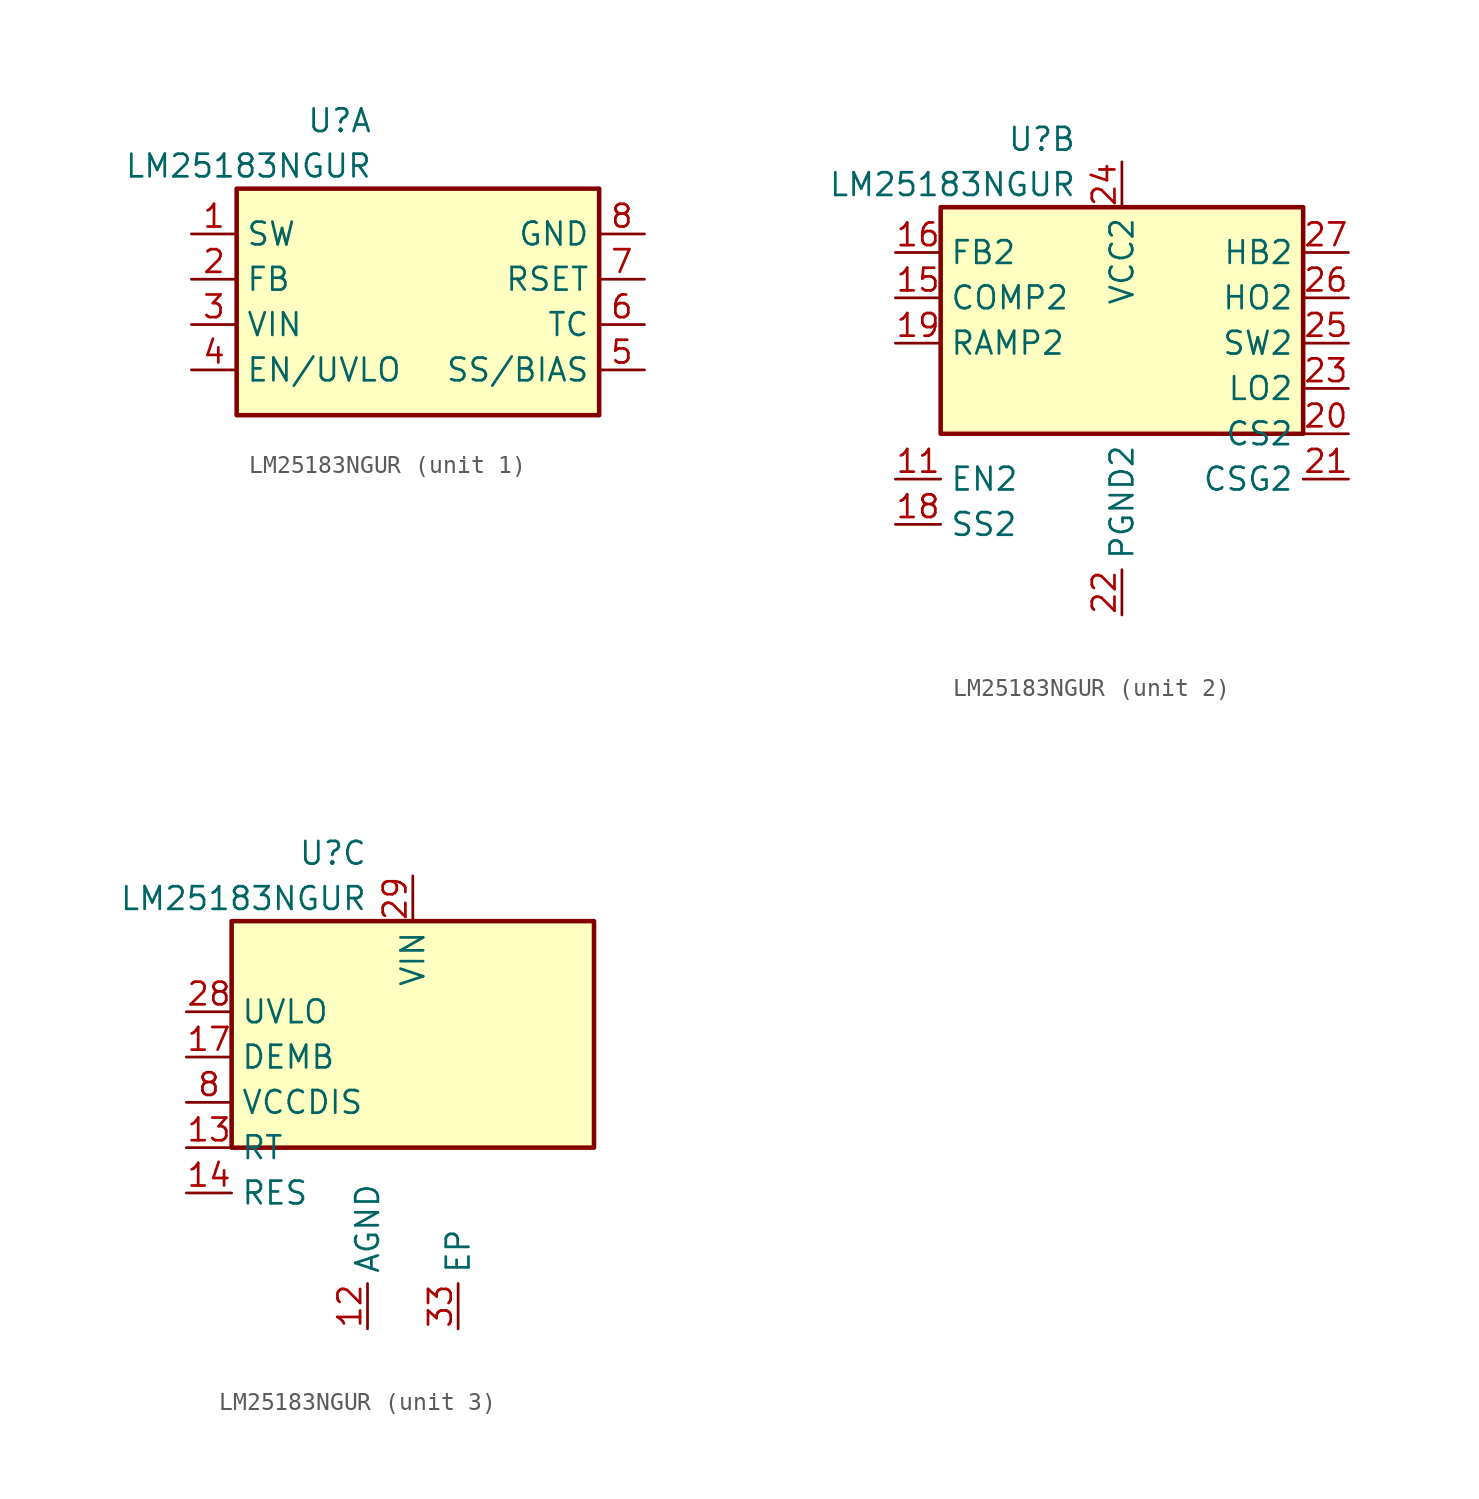
<source format=kicad_sym>
(kicad_symbol_lib
  (version 20211014)
  (generator kicad_symbol_editor)
  (symbol "LM25183NGUR"
    (property "Reference" "U"
      (at -2.54 13.97 0)
      (effects (font (size 1.27 1.27)) (justify right)))
    (property "Value" "LM25183NGUR"
      (at -2.54 11.43 0)
      (effects (font (size 1.27 1.27)) (justify right)))
    (property "ki_locked" ""
      (at 0 0 0)
      (effects (font (size 1.27 1.27))))
    (symbol "LM25183NGUR_0_1"
      (rectangle (start -10.16 10.16) (end 10.16 -2.54) (stroke (width 0.254) (type default) (color 0 0 0 0)) (fill (type background))))
    (symbol "LM25183NGUR_1_1"
      (pin power_in line (at -12.7 7.62 0) (length 2.54) (name "SW" (effects (font (size 1.27 1.27)))) (number "1" (effects (font (size 1.27 1.27)))))
      (pin input line (at -12.7 5.08 0) (length 2.54) (name "FB" (effects (font (size 1.27 1.27)))) (number "2" (effects (font (size 1.27 1.27)))))
      (pin power_in line (at -12.7 2.54 0) (length 2.54) (name "VIN" (effects (font (size 1.27 1.27)))) (number "3" (effects (font (size 1.27 1.27)))))
      (pin input line (at -12.7 0 0) (length 2.54) (name "EN/UVLO" (effects (font (size 1.27 1.27)))) (number "4" (effects (font (size 1.27 1.27)))))
      (pin input line (at 12.7 0 180) (length 2.54) (name "SS/BIAS" (effects (font (size 1.27 1.27)))) (number "5" (effects (font (size 1.27 1.27)))))
      (pin input line (at 12.7 2.54 180) (length 2.54) (name "TC" (effects (font (size 1.27 1.27)))) (number "6" (effects (font (size 1.27 1.27)))))
      (pin input line (at 12.7 5.08 180) (length 2.54) (name "RSET" (effects (font (size 1.27 1.27)))) (number "7" (effects (font (size 1.27 1.27)))))
      (pin power_in line (at 12.7 7.62 180) (length 2.54) (name "GND" (effects (font (size 1.27 1.27)))) (number "8" (effects (font (size 1.27 1.27))))))
    (symbol "LM25183NGUR_2_1"
      (pin input line (at -12.7 -5.08 0) (length 2.54) (name "EN2" (effects (font (size 1.27 1.27)))) (number "11" (effects (font (size 1.27 1.27)))))
      (pin output line (at -12.7 5.08 0) (length 2.54) (name "COMP2" (effects (font (size 1.27 1.27)))) (number "15" (effects (font (size 1.27 1.27)))))
      (pin input line (at -12.7 7.62 0) (length 2.54) (name "FB2" (effects (font (size 1.27 1.27)))) (number "16" (effects (font (size 1.27 1.27)))))
      (pin input line (at -12.7 -7.62 0) (length 2.54) (name "SS2" (effects (font (size 1.27 1.27)))) (number "18" (effects (font (size 1.27 1.27)))))
      (pin input line (at -12.7 2.54 0) (length 2.54) (name "RAMP2" (effects (font (size 1.27 1.27)))) (number "19" (effects (font (size 1.27 1.27)))))
      (pin input line (at 12.7 -2.54 180) (length 2.54) (name "CS2" (effects (font (size 1.27 1.27)))) (number "20" (effects (font (size 1.27 1.27)))))
      (pin input line (at 12.7 -5.08 180) (length 2.54) (name "CSG2" (effects (font (size 1.27 1.27)))) (number "21" (effects (font (size 1.27 1.27)))))
      (pin power_in line (at 0 -12.7 90) (length 2.54) (name "PGND2" (effects (font (size 1.27 1.27)))) (number "22" (effects (font (size 1.27 1.27)))))
      (pin output line (at 12.7 0 180) (length 2.54) (name "LO2" (effects (font (size 1.27 1.27)))) (number "23" (effects (font (size 1.27 1.27)))))
      (pin power_in line (at 0 12.7 270) (length 2.54) (name "VCC2" (effects (font (size 1.27 1.27)))) (number "24" (effects (font (size 1.27 1.27)))))
      (pin bidirectional line (at 12.7 2.54 180) (length 2.54) (name "SW2" (effects (font (size 1.27 1.27)))) (number "25" (effects (font (size 1.27 1.27)))))
      (pin output line (at 12.7 5.08 180) (length 2.54) (name "HO2" (effects (font (size 1.27 1.27)))) (number "26" (effects (font (size 1.27 1.27)))))
      (pin power_in line (at 12.7 7.62 180) (length 2.54) (name "HB2" (effects (font (size 1.27 1.27)))) (number "27" (effects (font (size 1.27 1.27))))))
    (symbol "LM25183NGUR_3_1"
      (pin power_in line (at -2.54 -12.7 90) (length 2.54) (name "AGND" (effects (font (size 1.27 1.27)))) (number "12" (effects (font (size 1.27 1.27)))))
      (pin input line (at -12.7 -2.54 0) (length 2.54) (name "RT" (effects (font (size 1.27 1.27)))) (number "13" (effects (font (size 1.27 1.27)))))
      (pin output line (at -12.7 -5.08 0) (length 2.54) (name "RES" (effects (font (size 1.27 1.27)))) (number "14" (effects (font (size 1.27 1.27)))))
      (pin input line (at -12.7 2.54 0) (length 2.54) (name "DEMB" (effects (font (size 1.27 1.27)))) (number "17" (effects (font (size 1.27 1.27)))))
      (pin input line (at -12.7 5.08 0) (length 2.54) (name "UVLO" (effects (font (size 1.27 1.27)))) (number "28" (effects (font (size 1.27 1.27)))))
      (pin power_in line (at 0 12.7 270) (length 2.54) (name "VIN" (effects (font (size 1.27 1.27)))) (number "29" (effects (font (size 1.27 1.27)))))
      (pin unspecified line (at 2.54 -12.7 90) (length 2.54) (name "EP" (effects (font (size 1.27 1.27)))) (number "33" (effects (font (size 1.27 1.27)))))
      (pin input line (at -12.7 0 0) (length 2.54) (name "VCCDIS" (effects (font (size 1.27 1.27)))) (number "8" (effects (font (size 1.27 1.27))))))))
</source>
